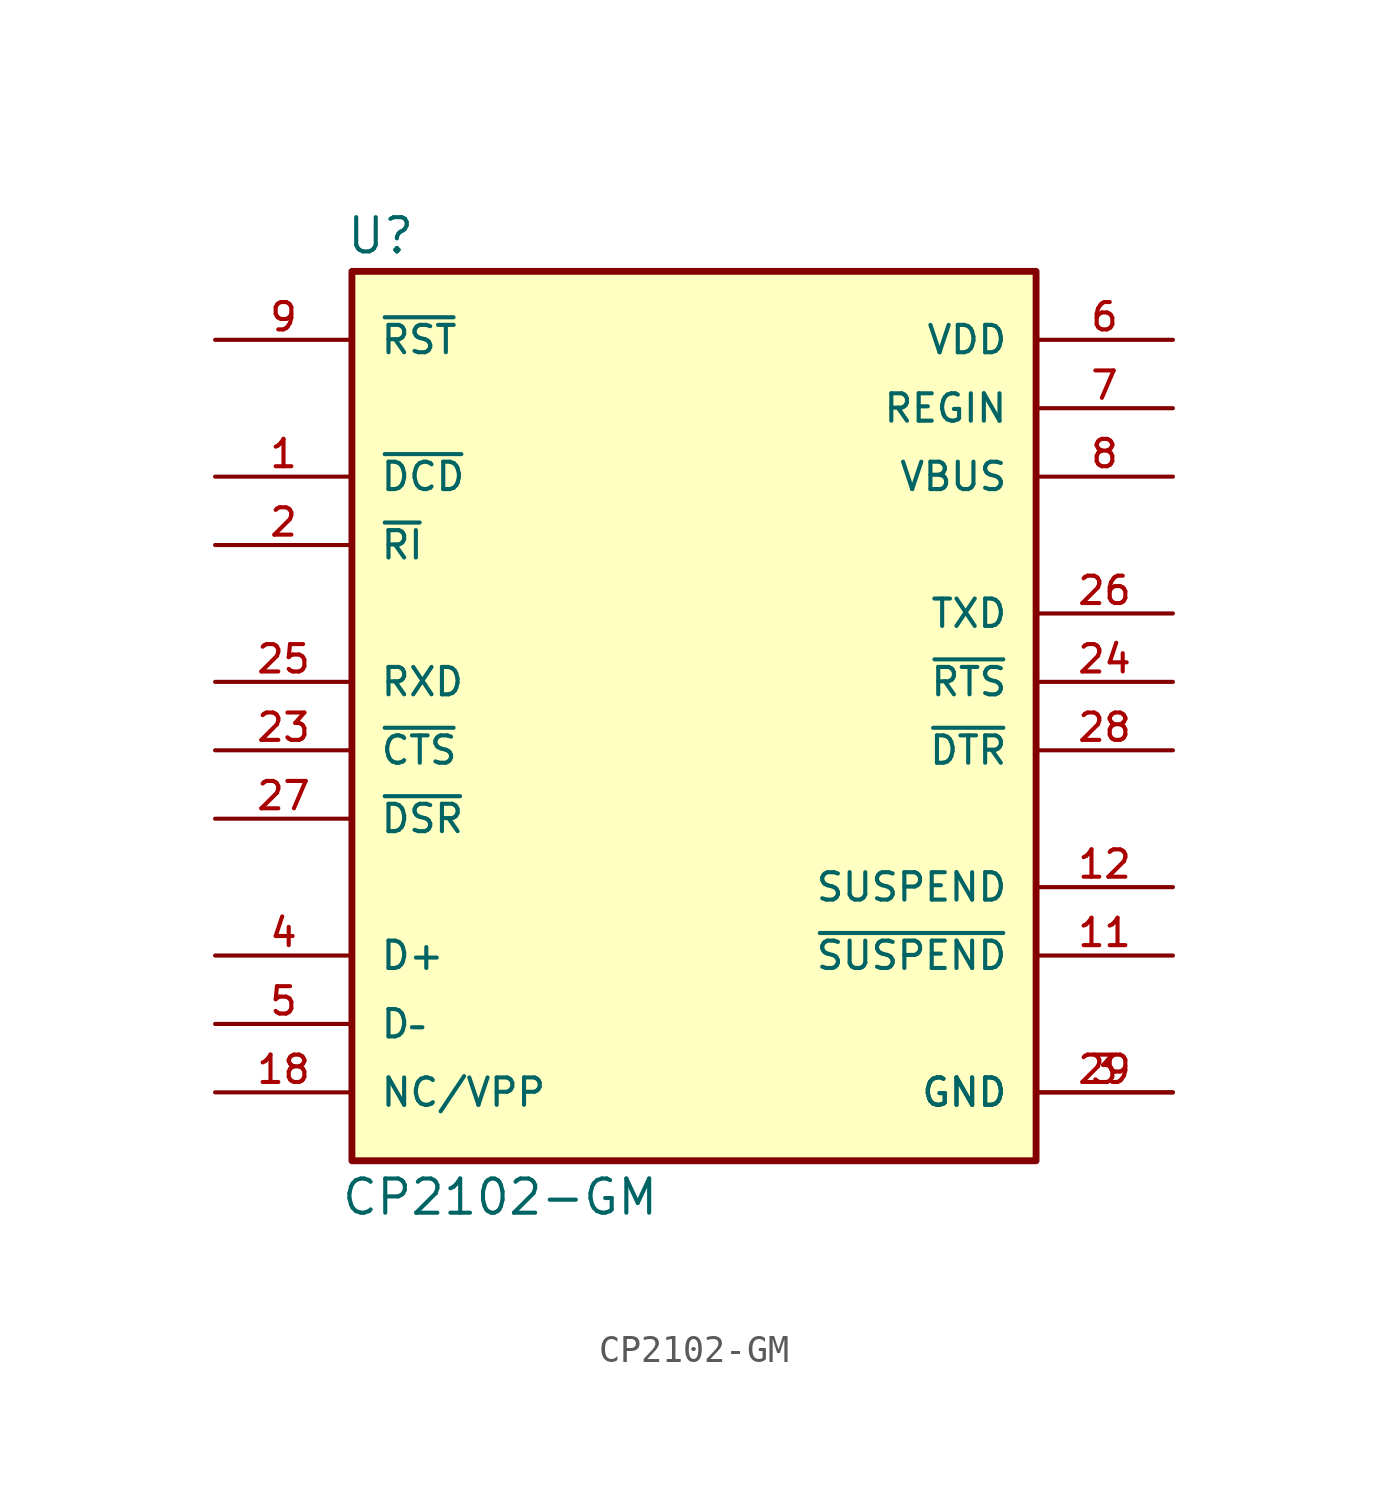
<source format=kicad_sym>
(kicad_symbol_lib
  (version 20220914)
  (generator kicad_symbol_editor)
  (symbol "CP2102-GM"
    (pin_names
      (offset 1.016))
    (property "Reference" "U"
      (at -12.944 18.359 0)
      (effects (font (size 1.27 1.27)) (justify left bottom)))
    (property "Value" "CP2102-GM"
      (at -13.135 -17.331 0)
      (effects (font (size 1.27 1.27)) (justify left bottom)))
    (symbol "CP2102-GM_0_0"
      (rectangle (start -12.7 17.78) (end 12.7 -15.24) (stroke (width 0.254) (type default)) (fill (type background)))
      (pin input line (at -17.78 10.16 0) (length 5.08) (name "~{DCD}" (effects (font (size 1.016 1.016)))) (number "1" (effects (font (size 1.016 1.016)))))
      (pin output line (at 17.78 -7.62 180) (length 5.08) (name "~{SUSPEND}" (effects (font (size 1.016 1.016)))) (number "11" (effects (font (size 1.016 1.016)))))
      (pin output line (at 17.78 -5.08 180) (length 5.08) (name "SUSPEND" (effects (font (size 1.016 1.016)))) (number "12" (effects (font (size 1.016 1.016)))))
      (pin bidirectional line (at -17.78 -12.7 0) (length 5.08) (name "NC/VPP" (effects (font (size 1.016 1.016)))) (number "18" (effects (font (size 1.016 1.016)))))
      (pin input line (at -17.78 7.62 0) (length 5.08) (name "~{RI}" (effects (font (size 1.016 1.016)))) (number "2" (effects (font (size 1.016 1.016)))))
      (pin input line (at -17.78 0 0) (length 5.08) (name "~{CTS}" (effects (font (size 1.016 1.016)))) (number "23" (effects (font (size 1.016 1.016)))))
      (pin output line (at 17.78 2.54 180) (length 5.08) (name "~{RTS}" (effects (font (size 1.016 1.016)))) (number "24" (effects (font (size 1.016 1.016)))))
      (pin input line (at -17.78 2.54 0) (length 5.08) (name "RXD" (effects (font (size 1.016 1.016)))) (number "25" (effects (font (size 1.016 1.016)))))
      (pin output line (at 17.78 5.08 180) (length 5.08) (name "TXD" (effects (font (size 1.016 1.016)))) (number "26" (effects (font (size 1.016 1.016)))))
      (pin input line (at -17.78 -2.54 0) (length 5.08) (name "~{DSR}" (effects (font (size 1.016 1.016)))) (number "27" (effects (font (size 1.016 1.016)))))
      (pin output line (at 17.78 0 180) (length 5.08) (name "~{DTR}" (effects (font (size 1.016 1.016)))) (number "28" (effects (font (size 1.016 1.016)))))
      (pin power_in line (at 17.78 -12.7 180) (length 5.08) (name "GND" (effects (font (size 1.016 1.016)))) (number "29" (effects (font (size 1.016 1.016)))))
      (pin power_in line (at 17.78 -12.7 180) (length 5.08) (name "GND" (effects (font (size 1.016 1.016)))) (number "3" (effects (font (size 1.016 1.016)))))
      (pin bidirectional line (at -17.78 -7.62 0) (length 5.08) (name "D+" (effects (font (size 1.016 1.016)))) (number "4" (effects (font (size 1.016 1.016)))))
      (pin bidirectional line (at -17.78 -10.16 0) (length 5.08) (name "D–" (effects (font (size 1.016 1.016)))) (number "5" (effects (font (size 1.016 1.016)))))
      (pin power_in line (at 17.78 15.24 180) (length 5.08) (name "VDD" (effects (font (size 1.016 1.016)))) (number "6" (effects (font (size 1.016 1.016)))))
      (pin power_in line (at 17.78 12.7 180) (length 5.08) (name "REGIN" (effects (font (size 1.016 1.016)))) (number "7" (effects (font (size 1.016 1.016)))))
      (pin power_in line (at 17.78 10.16 180) (length 5.08) (name "VBUS" (effects (font (size 1.016 1.016)))) (number "8" (effects (font (size 1.016 1.016)))))
      (pin bidirectional line (at -17.78 15.24 0) (length 5.08) (name "~{RST}" (effects (font (size 1.016 1.016)))) (number "9" (effects (font (size 1.016 1.016))))))))
</source>
